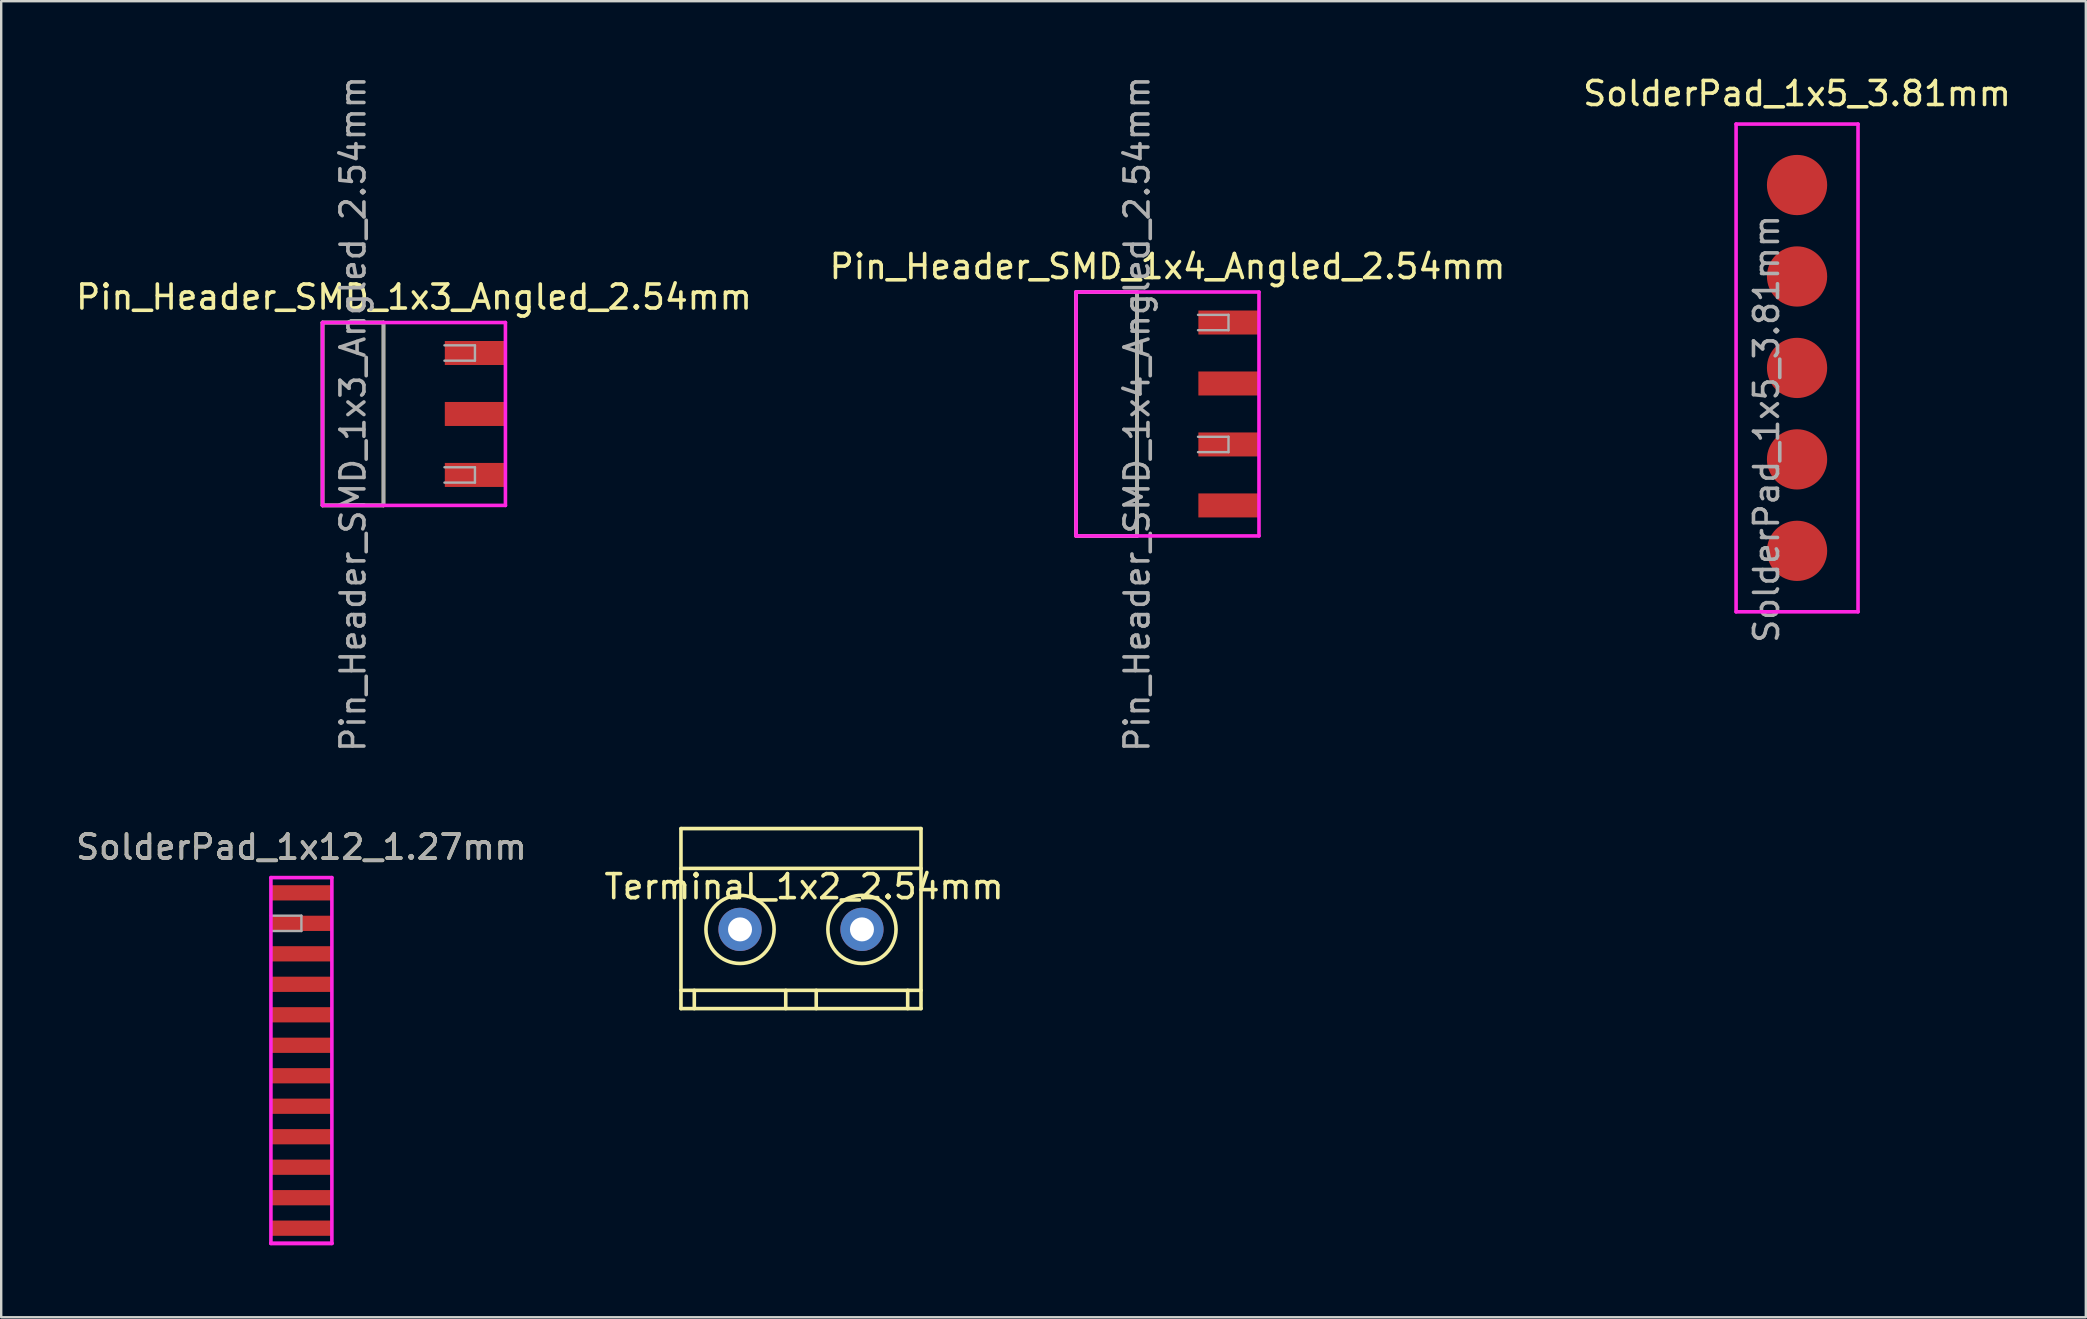
<source format=kicad_pcb>
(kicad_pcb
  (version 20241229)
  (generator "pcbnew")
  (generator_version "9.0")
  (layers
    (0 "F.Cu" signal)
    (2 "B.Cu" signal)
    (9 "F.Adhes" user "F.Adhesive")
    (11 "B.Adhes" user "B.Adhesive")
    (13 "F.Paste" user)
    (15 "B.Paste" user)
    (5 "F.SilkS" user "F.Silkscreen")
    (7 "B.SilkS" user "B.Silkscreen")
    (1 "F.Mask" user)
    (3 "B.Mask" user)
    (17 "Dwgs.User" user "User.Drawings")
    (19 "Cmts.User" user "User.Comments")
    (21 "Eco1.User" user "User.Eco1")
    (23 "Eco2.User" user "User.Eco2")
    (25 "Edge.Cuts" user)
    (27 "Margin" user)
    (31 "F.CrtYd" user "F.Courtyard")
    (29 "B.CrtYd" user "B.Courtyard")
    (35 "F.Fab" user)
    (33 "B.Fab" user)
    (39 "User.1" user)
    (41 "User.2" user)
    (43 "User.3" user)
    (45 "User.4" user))
  (footprint "SolderPad_1x12_1.27mm"
    (layer "F.Cu")
    (at 9.506 41.131)
    (property "Reference" "SolderPad_1x12_1.27mm" (at 0 -8.89 0) (layer "F.SilkS") (effects (font (size 1 1) (thickness 0.15))))
    (attr smd)
    (fp_line (start -1.27 -7.62) (end -1.27 7.62) (stroke (width 0.15) (type solid)) (layer "F.CrtYd"))
    (fp_line (start -1.27 7.62) (end 1.27 7.62) (stroke (width 0.15) (type solid)) (layer "F.CrtYd"))
    (fp_line (start -1.27 7.62) (end 1.27 7.62) (stroke (width 0.15) (type solid)) (layer "F.CrtYd"))
    (fp_line (start 1.27 -7.62) (end -1.27 -7.62) (stroke (width 0.15) (type solid)) (layer "F.CrtYd"))
    (fp_line (start 1.27 7.62) (end 1.27 -7.62) (stroke (width 0.15) (type solid)) (layer "F.CrtYd"))
    (fp_line (start -1.27 -6.035) (end 0 -6.035) (stroke (width 0.1) (type solid)) (layer "F.Fab"))
    (fp_line (start 0 -6.035) (end 0 -5.395) (stroke (width 0.1) (type solid)) (layer "F.Fab"))
    (fp_line (start 0 -5.395) (end -1.27 -5.395) (stroke (width 0.1) (type solid)) (layer "F.Fab"))
    (fp_text user "${REFERENCE}" (at 0 -8.89 180) (layer "F.Fab") (effects (font (size 1 1) (thickness 0.15))))
    (pad "1" smd rect (at 0 -6.985) (size 2.51 0.635) (layers "F.Cu" "F.Mask" "F.Paste"))
    (pad "2" smd rect (at 0 -5.715) (size 2.51 0.635) (layers "F.Cu" "F.Mask" "F.Paste"))
    (pad "3" smd rect (at 0 -4.445) (size 2.51 0.635) (layers "F.Cu" "F.Mask" "F.Paste"))
    (pad "4" smd rect (at 0 -3.175) (size 2.51 0.635) (layers "F.Cu" "F.Mask" "F.Paste"))
    (pad "5" smd rect (at 0 -1.905) (size 2.51 0.635) (layers "F.Cu" "F.Mask" "F.Paste"))
    (pad "6" smd rect (at 0 -0.635) (size 2.51 0.635) (layers "F.Cu" "F.Mask" "F.Paste"))
    (pad "7" smd rect (at 0 0.635) (size 2.51 0.635) (layers "F.Cu" "F.Mask" "F.Paste"))
    (pad "8" smd rect (at 0 1.905) (size 2.51 0.635) (layers "F.Cu" "F.Mask" "F.Paste"))
    (pad "9" smd rect (at 0 3.175) (size 2.51 0.635) (layers "F.Cu" "F.Mask" "F.Paste"))
    (pad "10" smd rect (at 0 4.445) (size 2.51 0.635) (layers "F.Cu" "F.Mask" "F.Paste"))
    (pad "11" smd rect (at 0 5.715) (size 2.51 0.635) (layers "F.Cu" "F.Mask" "F.Paste"))
    (pad "12" smd rect (at 0 6.985) (size 2.51 0.635) (layers "F.Cu" "F.Mask" "F.Paste")))
  (footprint "Pin_Header_SMD_1x3_Angled_2.54mm"
    (layer "F.Cu")
    (at 14.196 15.466)
    (property "Reference" "Pin_Header_SMD_1x3_Angled_2.54mm" (at 0 -6.14 0) (layer "F.SilkS") (effects (font (size 1 1) (thickness 0.15))))
    (attr smd)
    (fp_line (start -3.81 -5.08) (end -3.81 2.54) (stroke (width 0.15) (type solid)) (layer "F.SilkS"))
    (fp_line (start -3.81 2.54) (end -1.27 2.54) (stroke (width 0.15) (type solid)) (layer "F.SilkS"))
    (fp_line (start -1.27 -5.08) (end -3.81 -5.08) (stroke (width 0.15) (type solid)) (layer "F.SilkS"))
    (fp_line (start -1.27 2.54) (end -1.27 -5.08) (stroke (width 0.15) (type solid)) (layer "F.SilkS"))
    (fp_line (start -3.81 -5.08) (end 3.81 -5.08) (stroke (width 0.15) (type solid)) (layer "F.CrtYd"))
    (fp_line (start -3.81 2.54) (end -3.81 -5.08) (stroke (width 0.15) (type solid)) (layer "F.CrtYd"))
    (fp_line (start 3.81 2.54) (end -3.81 2.54) (stroke (width 0.15) (type solid)) (layer "F.CrtYd"))
    (fp_line (start 3.81 2.54) (end 3.81 -5.08) (stroke (width 0.15) (type solid)) (layer "F.CrtYd"))
    (fp_line (start -3.81 -5.08) (end -3.81 2.54) (stroke (width 0.15) (type solid)) (layer "F.Fab"))
    (fp_line (start -3.81 2.54) (end -1.27 2.54) (stroke (width 0.15) (type solid)) (layer "F.Fab"))
    (fp_line (start -1.27 -5.08) (end -3.81 -5.08) (stroke (width 0.15) (type solid)) (layer "F.Fab"))
    (fp_line (start -1.27 2.54) (end -1.27 -5.08) (stroke (width 0.15) (type solid)) (layer "F.Fab"))
    (fp_line (start 1.27 -4.13) (end 2.54 -4.13) (stroke (width 0.1) (type solid)) (layer "F.Fab"))
    (fp_line (start 1.27 0.95) (end 2.54 0.95) (stroke (width 0.1) (type solid)) (layer "F.Fab"))
    (fp_line (start 2.54 -4.13) (end 2.54 -3.49) (stroke (width 0.1) (type solid)) (layer "F.Fab"))
    (fp_line (start 2.54 -3.49) (end 1.27 -3.49) (stroke (width 0.1) (type solid)) (layer "F.Fab"))
    (fp_line (start 2.54 0.95) (end 2.54 1.59) (stroke (width 0.1) (type solid)) (layer "F.Fab"))
    (fp_line (start 2.54 1.59) (end 1.27 1.59) (stroke (width 0.1) (type solid)) (layer "F.Fab"))
    (fp_text user "${REFERENCE}" (at -2.54 -1.27 90) (layer "F.Fab") (effects (font (size 1 1) (thickness 0.15))))
    (pad "1" smd rect (at 2.54 -3.81) (size 2.51 1) (layers "F.Cu" "F.Mask" "F.Paste"))
    (pad "2" smd rect (at 2.54 -1.27) (size 2.51 1) (layers "F.Cu" "F.Mask" "F.Paste"))
    (pad "3" smd rect (at 2.54 1.27) (size 2.51 1) (layers "F.Cu" "F.Mask" "F.Paste")))
  (footprint "Pin_Header_SMD_1x4_Angled_2.54mm"
    (layer "F.Cu")
    (at 45.589 14.196)
    (property "Reference" "Pin_Header_SMD_1x4_Angled_2.54mm" (at 0 -6.14 0) (layer "F.SilkS") (effects (font (size 1 1) (thickness 0.15))))
    (attr smd)
    (fp_line (start -3.81 -5.08) (end -3.81 5.08) (stroke (width 0.15) (type solid)) (layer "F.SilkS"))
    (fp_line (start -3.81 5.08) (end -1.27 5.08) (stroke (width 0.15) (type solid)) (layer "F.SilkS"))
    (fp_line (start -1.27 -5.08) (end -3.81 -5.08) (stroke (width 0.15) (type solid)) (layer "F.SilkS"))
    (fp_line (start -1.27 5.08) (end -1.27 -5.08) (stroke (width 0.15) (type solid)) (layer "F.SilkS"))
    (fp_line (start -3.81 -5.08) (end 3.81 -5.08) (stroke (width 0.15) (type solid)) (layer "F.CrtYd"))
    (fp_line (start -3.81 5.08) (end -3.81 -5.08) (stroke (width 0.15) (type solid)) (layer "F.CrtYd"))
    (fp_line (start 3.81 -5.08) (end 3.81 5.08) (stroke (width 0.15) (type solid)) (layer "F.CrtYd"))
    (fp_line (start 3.81 5.08) (end -3.81 5.08) (stroke (width 0.15) (type solid)) (layer "F.CrtYd"))
    (fp_line (start -3.81 -5.08) (end -3.81 5.08) (stroke (width 0.15) (type solid)) (layer "F.Fab"))
    (fp_line (start -3.81 5.08) (end -1.27 5.08) (stroke (width 0.15) (type solid)) (layer "F.Fab"))
    (fp_line (start -1.27 -5.08) (end -3.81 -5.08) (stroke (width 0.15) (type solid)) (layer "F.Fab"))
    (fp_line (start -1.27 5.08) (end -1.27 -5.08) (stroke (width 0.15) (type solid)) (layer "F.Fab"))
    (fp_line (start 1.27 -4.13) (end 2.54 -4.13) (stroke (width 0.1) (type solid)) (layer "F.Fab"))
    (fp_line (start 1.27 0.95) (end 2.54 0.95) (stroke (width 0.1) (type solid)) (layer "F.Fab"))
    (fp_line (start 2.54 -4.13) (end 2.54 -3.49) (stroke (width 0.1) (type solid)) (layer "F.Fab"))
    (fp_line (start 2.54 -3.49) (end 1.27 -3.49) (stroke (width 0.1) (type solid)) (layer "F.Fab"))
    (fp_line (start 2.54 0.95) (end 2.54 1.59) (stroke (width 0.1) (type solid)) (layer "F.Fab"))
    (fp_line (start 2.54 1.59) (end 1.27 1.59) (stroke (width 0.1) (type solid)) (layer "F.Fab"))
    (fp_text user "${REFERENCE}" (at -1.27 0 90) (layer "F.Fab") (effects (font (size 1 1) (thickness 0.15))))
    (pad "1" smd rect (at 2.54 -3.81) (size 2.51 1) (layers "F.Cu" "F.Mask" "F.Paste"))
    (pad "2" smd rect (at 2.54 -1.27) (size 2.51 1) (layers "F.Cu" "F.Mask" "F.Paste"))
    (pad "3" smd rect (at 2.54 1.27) (size 2.51 1) (layers "F.Cu" "F.Mask" "F.Paste"))
    (pad "4" smd rect (at 2.54 3.81) (size 2.51 1) (layers "F.Cu" "F.Mask" "F.Paste")))
  (footprint "SolderPad_1x5_3.81mm"
    (layer "F.Cu")
    (at 71.815 12.278)
    (property "Reference" "SolderPad_1x5_3.81mm" (at 0 -11.43 0) (layer "F.SilkS") (effects (font (size 1 1) (thickness 0.15))))
    (attr smd)
    (fp_line (start -2.54 -10.16) (end -2.54 10.16) (stroke (width 0.15) (type solid)) (layer "F.CrtYd"))
    (fp_line (start -2.54 10.16) (end 2.54 10.16) (stroke (width 0.15) (type solid)) (layer "F.CrtYd"))
    (fp_line (start 2.54 -10.16) (end -2.54 -10.16) (stroke (width 0.15) (type solid)) (layer "F.CrtYd"))
    (fp_line (start 2.54 10.16) (end 2.54 -10.16) (stroke (width 0.15) (type solid)) (layer "F.CrtYd"))
    (fp_text user "${REFERENCE}" (at -1.27 2.54 90) (layer "F.Fab") (effects (font (size 1 1) (thickness 0.15))))
    (pad "1" smd circle (at 0 -7.62) (size 2.51 2.51) (layers "F.Cu" "F.Mask" "F.Paste"))
    (pad "2" smd circle (at 0 -3.81) (size 2.51 2.51) (layers "F.Cu" "F.Mask" "F.Paste"))
    (pad "3" smd circle (at 0 0) (size 2.51 2.51) (layers "F.Cu" "F.Mask" "F.Paste"))
    (pad "4" smd circle (at 0 3.81) (size 2.51 2.51) (layers "F.Cu" "F.Mask" "F.Paste"))
    (pad "5" smd circle (at 0 7.62) (size 2.51 2.51) (layers "F.Cu" "F.Mask" "F.Paste")))
  (footprint "Terminal_1x2_2.54mm"
    (layer "F.Cu")
    (at 30.319 35.668)
    (property "Reference" "Terminal_1x2_2.54mm" (at 0.127 -1.778 0) (layer "F.SilkS") (effects (font (size 1 1) (thickness 0.15))))
    (attr through_hole)
    (fp_line (start -5 -4.2) (end -5 3.3) (stroke (width 0.15) (type solid)) (layer "F.SilkS"))
    (fp_line (start -5 -2.54) (end 5 -2.54) (stroke (width 0.15) (type solid)) (layer "F.SilkS"))
    (fp_line (start -5 2.54) (end 5 2.54) (stroke (width 0.15) (type solid)) (layer "F.SilkS"))
    (fp_line (start -5 3.3) (end 5 3.3) (stroke (width 0.15) (type solid)) (layer "F.SilkS"))
    (fp_line (start -4.445 2.54) (end -4.445 3.3) (stroke (width 0.15) (type solid)) (layer "F.SilkS"))
    (fp_line (start -0.635 2.54) (end -0.635 3.3) (stroke (width 0.15) (type solid)) (layer "F.SilkS"))
    (fp_line (start 0.635 2.54) (end 0.635 3.3) (stroke (width 0.15) (type solid)) (layer "F.SilkS"))
    (fp_line (start 4.445 2.54) (end 4.445 3.3) (stroke (width 0.15) (type solid)) (layer "F.SilkS"))
    (fp_line (start 5 -4.2) (end -5 -4.2) (stroke (width 0.15) (type solid)) (layer "F.SilkS"))
    (fp_line (start 5 3.3) (end 5 -4.2) (stroke (width 0.15) (type solid)) (layer "F.SilkS"))
    (fp_circle (center -2.54 0) (end -3.81 -0.635) (stroke (width 0.15) (type solid)) (fill no) (layer "F.SilkS"))
    (fp_circle (center 2.54 0) (end 1.27 -0.635) (stroke (width 0.15) (type solid)) (fill no) (layer "F.SilkS"))
    (pad "1" thru_hole circle (at -2.54 0) (size 1.8 1.8) (drill 1) (layers "*.Cu" "*.Mask"))
    (pad "2" thru_hole circle (at 2.54 0) (size 1.8 1.8) (drill 1) (layers "*.Cu" "*.Mask")))
  (gr_rect
    (start -3 -3)
    (end 83.845 51.826)
    (stroke (width 0.1) (type default))
    (fill no)
    (layer "Edge.Cuts")))
</source>
